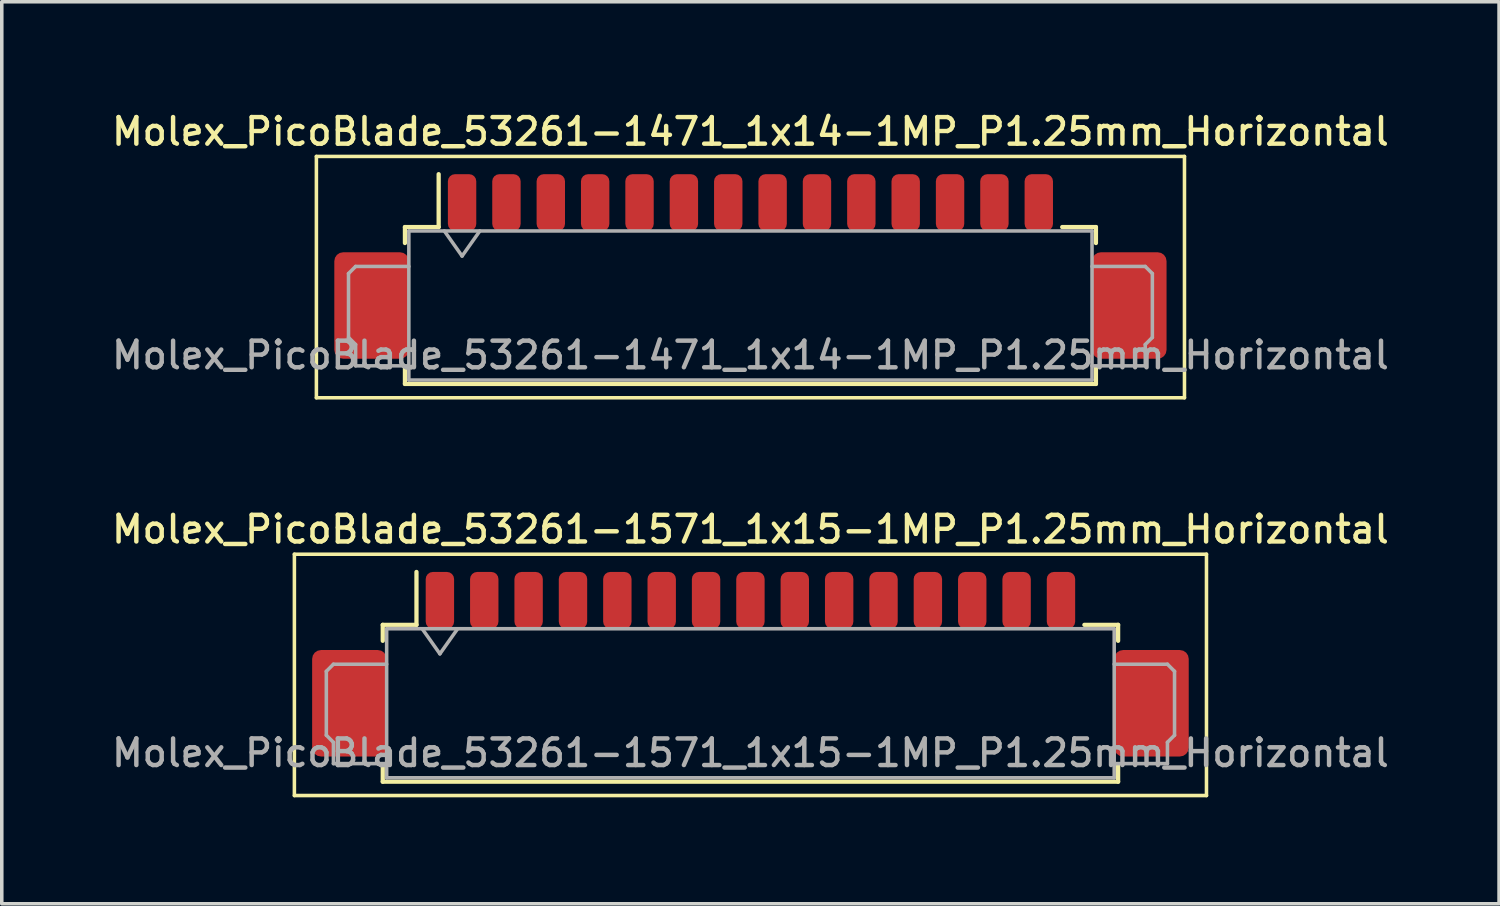
<source format=kicad_pcb>
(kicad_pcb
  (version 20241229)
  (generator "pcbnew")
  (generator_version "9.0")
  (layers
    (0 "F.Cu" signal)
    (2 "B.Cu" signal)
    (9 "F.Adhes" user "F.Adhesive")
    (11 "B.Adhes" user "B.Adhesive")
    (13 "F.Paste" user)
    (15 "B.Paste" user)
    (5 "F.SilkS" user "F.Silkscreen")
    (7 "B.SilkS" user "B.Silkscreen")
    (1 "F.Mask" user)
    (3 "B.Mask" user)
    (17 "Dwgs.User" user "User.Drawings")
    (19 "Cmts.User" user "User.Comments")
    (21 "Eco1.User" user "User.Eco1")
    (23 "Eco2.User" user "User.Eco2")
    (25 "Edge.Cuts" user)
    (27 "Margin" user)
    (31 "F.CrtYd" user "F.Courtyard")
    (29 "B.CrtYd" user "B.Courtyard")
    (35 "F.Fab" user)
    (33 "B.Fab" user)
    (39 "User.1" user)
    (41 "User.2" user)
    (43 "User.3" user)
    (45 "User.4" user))
  (footprint "Molex_PicoBlade_53261-1471_1x14-1MP_P1.25mm_Horizontal"
    (layer "F.Cu")
    (at 18.095 5.058)
    (property "Reference" "Molex_PicoBlade_53261-1471_1x14-1MP_P1.25mm_Horizontal" (at 0 -4.4 0) (layer "F.SilkS") (effects (font (size 0.75 0.75) (thickness 0.125))))
    (attr smd)
    (fp_line (start -12.23 -3.7) (end -12.23 3.1) (stroke (width 0.1) (type solid)) (layer "F.SilkS"))
    (fp_line (start -12.23 3.1) (end 12.23 3.1) (stroke (width 0.1) (type solid)) (layer "F.SilkS"))
    (fp_line (start -9.735 -1.71) (end -8.785 -1.71) (stroke (width 0.12) (type solid)) (layer "F.SilkS"))
    (fp_line (start -9.735 -1.26) (end -9.735 -1.71) (stroke (width 0.12) (type solid)) (layer "F.SilkS"))
    (fp_line (start -9.735 2.26) (end -9.735 2.71) (stroke (width 0.12) (type solid)) (layer "F.SilkS"))
    (fp_line (start -9.735 2.71) (end 9.735 2.71) (stroke (width 0.12) (type solid)) (layer "F.SilkS"))
    (fp_line (start -8.785 -1.71) (end -8.785 -3.2) (stroke (width 0.12) (type solid)) (layer "F.SilkS"))
    (fp_line (start 9.735 -1.71) (end 8.785 -1.71) (stroke (width 0.12) (type solid)) (layer "F.SilkS"))
    (fp_line (start 9.735 -1.26) (end 9.735 -1.71) (stroke (width 0.12) (type solid)) (layer "F.SilkS"))
    (fp_line (start 9.735 2.71) (end 9.735 2.26) (stroke (width 0.12) (type solid)) (layer "F.SilkS"))
    (fp_line (start 12.23 -3.7) (end -12.23 -3.7) (stroke (width 0.1) (type solid)) (layer "F.SilkS"))
    (fp_line (start 12.23 3.1) (end 12.23 -3.7) (stroke (width 0.1) (type solid)) (layer "F.SilkS"))
    (fp_line (start -11.325 -0.4) (end -11.325 1.4) (stroke (width 0.1) (type solid)) (layer "F.Fab"))
    (fp_line (start -11.325 1.4) (end -11.125 1.6) (stroke (width 0.1) (type solid)) (layer "F.Fab"))
    (fp_line (start -11.125 -0.6) (end -11.325 -0.4) (stroke (width 0.1) (type solid)) (layer "F.Fab"))
    (fp_line (start -11.125 1.6) (end -11.125 2.2) (stroke (width 0.1) (type solid)) (layer "F.Fab"))
    (fp_line (start -11.125 2.2) (end -9.625 2.2) (stroke (width 0.1) (type solid)) (layer "F.Fab"))
    (fp_line (start -9.625 -1.6) (end -9.625 2.6) (stroke (width 0.1) (type solid)) (layer "F.Fab"))
    (fp_line (start -9.625 -1.6) (end 9.625 -1.6) (stroke (width 0.1) (type solid)) (layer "F.Fab"))
    (fp_line (start -9.625 -0.6) (end -11.125 -0.6) (stroke (width 0.1) (type solid)) (layer "F.Fab"))
    (fp_line (start -9.625 2.6) (end 9.625 2.6) (stroke (width 0.1) (type solid)) (layer "F.Fab"))
    (fp_line (start -8.625 -1.6) (end -8.125 -0.893) (stroke (width 0.1) (type solid)) (layer "F.Fab"))
    (fp_line (start -8.125 -0.893) (end -7.625 -1.6) (stroke (width 0.1) (type solid)) (layer "F.Fab"))
    (fp_line (start 9.625 -1.6) (end 9.625 2.6) (stroke (width 0.1) (type solid)) (layer "F.Fab"))
    (fp_line (start 9.625 -0.6) (end 11.125 -0.6) (stroke (width 0.1) (type solid)) (layer "F.Fab"))
    (fp_line (start 11.125 -0.6) (end 11.325 -0.4) (stroke (width 0.1) (type solid)) (layer "F.Fab"))
    (fp_line (start 11.125 1.6) (end 11.125 2.2) (stroke (width 0.1) (type solid)) (layer "F.Fab"))
    (fp_line (start 11.125 2.2) (end 9.625 2.2) (stroke (width 0.1) (type solid)) (layer "F.Fab"))
    (fp_line (start 11.325 -0.4) (end 11.325 1.4) (stroke (width 0.1) (type solid)) (layer "F.Fab"))
    (fp_line (start 11.325 1.4) (end 11.125 1.6) (stroke (width 0.1) (type solid)) (layer "F.Fab"))
    (fp_text user "${REFERENCE}" (at 0 1.9 0) (layer "F.Fab") (effects (font (size 0.75 0.75) (thickness 0.125))))
    (pad "1" smd roundrect (at -8.125 -2.4) (size 0.8 1.6) (layers "F.Cu" "F.Mask" "F.Paste") (roundrect_rratio 0.25))
    (pad "2" smd roundrect (at -6.875 -2.4) (size 0.8 1.6) (layers "F.Cu" "F.Mask" "F.Paste") (roundrect_rratio 0.25))
    (pad "3" smd roundrect (at -5.625 -2.4) (size 0.8 1.6) (layers "F.Cu" "F.Mask" "F.Paste") (roundrect_rratio 0.25))
    (pad "4" smd roundrect (at -4.375 -2.4) (size 0.8 1.6) (layers "F.Cu" "F.Mask" "F.Paste") (roundrect_rratio 0.25))
    (pad "5" smd roundrect (at -3.125 -2.4) (size 0.8 1.6) (layers "F.Cu" "F.Mask" "F.Paste") (roundrect_rratio 0.25))
    (pad "6" smd roundrect (at -1.875 -2.4) (size 0.8 1.6) (layers "F.Cu" "F.Mask" "F.Paste") (roundrect_rratio 0.25))
    (pad "7" smd roundrect (at -0.625 -2.4) (size 0.8 1.6) (layers "F.Cu" "F.Mask" "F.Paste") (roundrect_rratio 0.25))
    (pad "8" smd roundrect (at 0.625 -2.4) (size 0.8 1.6) (layers "F.Cu" "F.Mask" "F.Paste") (roundrect_rratio 0.25))
    (pad "9" smd roundrect (at 1.875 -2.4) (size 0.8 1.6) (layers "F.Cu" "F.Mask" "F.Paste") (roundrect_rratio 0.25))
    (pad "10" smd roundrect (at 3.125 -2.4) (size 0.8 1.6) (layers "F.Cu" "F.Mask" "F.Paste") (roundrect_rratio 0.25))
    (pad "11" smd roundrect (at 4.375 -2.4) (size 0.8 1.6) (layers "F.Cu" "F.Mask" "F.Paste") (roundrect_rratio 0.25))
    (pad "12" smd roundrect (at 5.625 -2.4) (size 0.8 1.6) (layers "F.Cu" "F.Mask" "F.Paste") (roundrect_rratio 0.25))
    (pad "13" smd roundrect (at 6.875 -2.4) (size 0.8 1.6) (layers "F.Cu" "F.Mask" "F.Paste") (roundrect_rratio 0.25))
    (pad "14" smd roundrect (at 8.125 -2.4) (size 0.8 1.6) (layers "F.Cu" "F.Mask" "F.Paste") (roundrect_rratio 0.25))
    (pad "MP" smd roundrect (at -10.675 0.5) (size 2.1 3) (layers "F.Cu" "F.Mask" "F.Paste") (roundrect_rratio 0.119))
    (pad "MP" smd roundrect (at 10.675 0.5) (size 2.1 3) (layers "F.Cu" "F.Mask" "F.Paste") (roundrect_rratio 0.119)))
  (footprint "Molex_PicoBlade_53261-1571_1x15-1MP_P1.25mm_Horizontal"
    (layer "F.Cu")
    (at 18.095 16.266)
    (property "Reference" "Molex_PicoBlade_53261-1571_1x15-1MP_P1.25mm_Horizontal" (at 0 -4.4 0) (layer "F.SilkS") (effects (font (size 0.75 0.75) (thickness 0.125))))
    (attr smd)
    (fp_line (start -12.85 -3.7) (end -12.85 3.1) (stroke (width 0.1) (type solid)) (layer "F.SilkS"))
    (fp_line (start -12.85 3.1) (end 12.85 3.1) (stroke (width 0.1) (type solid)) (layer "F.SilkS"))
    (fp_line (start -10.36 -1.71) (end -9.41 -1.71) (stroke (width 0.12) (type solid)) (layer "F.SilkS"))
    (fp_line (start -10.36 -1.26) (end -10.36 -1.71) (stroke (width 0.12) (type solid)) (layer "F.SilkS"))
    (fp_line (start -10.36 2.26) (end -10.36 2.71) (stroke (width 0.12) (type solid)) (layer "F.SilkS"))
    (fp_line (start -10.36 2.71) (end 10.36 2.71) (stroke (width 0.12) (type solid)) (layer "F.SilkS"))
    (fp_line (start -9.41 -1.71) (end -9.41 -3.2) (stroke (width 0.12) (type solid)) (layer "F.SilkS"))
    (fp_line (start 10.36 -1.71) (end 9.41 -1.71) (stroke (width 0.12) (type solid)) (layer "F.SilkS"))
    (fp_line (start 10.36 -1.26) (end 10.36 -1.71) (stroke (width 0.12) (type solid)) (layer "F.SilkS"))
    (fp_line (start 10.36 2.71) (end 10.36 2.26) (stroke (width 0.12) (type solid)) (layer "F.SilkS"))
    (fp_line (start 12.85 -3.7) (end -12.85 -3.7) (stroke (width 0.1) (type solid)) (layer "F.SilkS"))
    (fp_line (start 12.85 3.1) (end 12.85 -3.7) (stroke (width 0.1) (type solid)) (layer "F.SilkS"))
    (fp_line (start -11.95 -0.4) (end -11.95 1.4) (stroke (width 0.1) (type solid)) (layer "F.Fab"))
    (fp_line (start -11.95 1.4) (end -11.75 1.6) (stroke (width 0.1) (type solid)) (layer "F.Fab"))
    (fp_line (start -11.75 -0.6) (end -11.95 -0.4) (stroke (width 0.1) (type solid)) (layer "F.Fab"))
    (fp_line (start -11.75 1.6) (end -11.75 2.2) (stroke (width 0.1) (type solid)) (layer "F.Fab"))
    (fp_line (start -11.75 2.2) (end -10.25 2.2) (stroke (width 0.1) (type solid)) (layer "F.Fab"))
    (fp_line (start -10.25 -1.6) (end -10.25 2.6) (stroke (width 0.1) (type solid)) (layer "F.Fab"))
    (fp_line (start -10.25 -1.6) (end 10.25 -1.6) (stroke (width 0.1) (type solid)) (layer "F.Fab"))
    (fp_line (start -10.25 -0.6) (end -11.75 -0.6) (stroke (width 0.1) (type solid)) (layer "F.Fab"))
    (fp_line (start -10.25 2.6) (end 10.25 2.6) (stroke (width 0.1) (type solid)) (layer "F.Fab"))
    (fp_line (start -9.25 -1.6) (end -8.75 -0.893) (stroke (width 0.1) (type solid)) (layer "F.Fab"))
    (fp_line (start -8.75 -0.893) (end -8.25 -1.6) (stroke (width 0.1) (type solid)) (layer "F.Fab"))
    (fp_line (start 10.25 -1.6) (end 10.25 2.6) (stroke (width 0.1) (type solid)) (layer "F.Fab"))
    (fp_line (start 10.25 -0.6) (end 11.75 -0.6) (stroke (width 0.1) (type solid)) (layer "F.Fab"))
    (fp_line (start 11.75 -0.6) (end 11.95 -0.4) (stroke (width 0.1) (type solid)) (layer "F.Fab"))
    (fp_line (start 11.75 1.6) (end 11.75 2.2) (stroke (width 0.1) (type solid)) (layer "F.Fab"))
    (fp_line (start 11.75 2.2) (end 10.25 2.2) (stroke (width 0.1) (type solid)) (layer "F.Fab"))
    (fp_line (start 11.95 -0.4) (end 11.95 1.4) (stroke (width 0.1) (type solid)) (layer "F.Fab"))
    (fp_line (start 11.95 1.4) (end 11.75 1.6) (stroke (width 0.1) (type solid)) (layer "F.Fab"))
    (fp_text user "${REFERENCE}" (at 0 1.9 0) (layer "F.Fab") (effects (font (size 0.75 0.75) (thickness 0.125))))
    (pad "1" smd roundrect (at -8.75 -2.4) (size 0.8 1.6) (layers "F.Cu" "F.Mask" "F.Paste") (roundrect_rratio 0.25))
    (pad "2" smd roundrect (at -7.5 -2.4) (size 0.8 1.6) (layers "F.Cu" "F.Mask" "F.Paste") (roundrect_rratio 0.25))
    (pad "3" smd roundrect (at -6.25 -2.4) (size 0.8 1.6) (layers "F.Cu" "F.Mask" "F.Paste") (roundrect_rratio 0.25))
    (pad "4" smd roundrect (at -5 -2.4) (size 0.8 1.6) (layers "F.Cu" "F.Mask" "F.Paste") (roundrect_rratio 0.25))
    (pad "5" smd roundrect (at -3.75 -2.4) (size 0.8 1.6) (layers "F.Cu" "F.Mask" "F.Paste") (roundrect_rratio 0.25))
    (pad "6" smd roundrect (at -2.5 -2.4) (size 0.8 1.6) (layers "F.Cu" "F.Mask" "F.Paste") (roundrect_rratio 0.25))
    (pad "7" smd roundrect (at -1.25 -2.4) (size 0.8 1.6) (layers "F.Cu" "F.Mask" "F.Paste") (roundrect_rratio 0.25))
    (pad "8" smd roundrect (at 0 -2.4) (size 0.8 1.6) (layers "F.Cu" "F.Mask" "F.Paste") (roundrect_rratio 0.25))
    (pad "9" smd roundrect (at 1.25 -2.4) (size 0.8 1.6) (layers "F.Cu" "F.Mask" "F.Paste") (roundrect_rratio 0.25))
    (pad "10" smd roundrect (at 2.5 -2.4) (size 0.8 1.6) (layers "F.Cu" "F.Mask" "F.Paste") (roundrect_rratio 0.25))
    (pad "11" smd roundrect (at 3.75 -2.4) (size 0.8 1.6) (layers "F.Cu" "F.Mask" "F.Paste") (roundrect_rratio 0.25))
    (pad "12" smd roundrect (at 5 -2.4) (size 0.8 1.6) (layers "F.Cu" "F.Mask" "F.Paste") (roundrect_rratio 0.25))
    (pad "13" smd roundrect (at 6.25 -2.4) (size 0.8 1.6) (layers "F.Cu" "F.Mask" "F.Paste") (roundrect_rratio 0.25))
    (pad "14" smd roundrect (at 7.5 -2.4) (size 0.8 1.6) (layers "F.Cu" "F.Mask" "F.Paste") (roundrect_rratio 0.25))
    (pad "15" smd roundrect (at 8.75 -2.4) (size 0.8 1.6) (layers "F.Cu" "F.Mask" "F.Paste") (roundrect_rratio 0.25))
    (pad "MP" smd roundrect (at -11.3 0.5) (size 2.1 3) (layers "F.Cu" "F.Mask" "F.Paste") (roundrect_rratio 0.119))
    (pad "MP" smd roundrect (at 11.3 0.5) (size 2.1 3) (layers "F.Cu" "F.Mask" "F.Paste") (roundrect_rratio 0.119)))
  (gr_rect
    (start -3 -3)
    (end 39.189 22.416)
    (stroke (width 0.1) (type default))
    (fill no)
    (layer "Edge.Cuts")))
</source>
